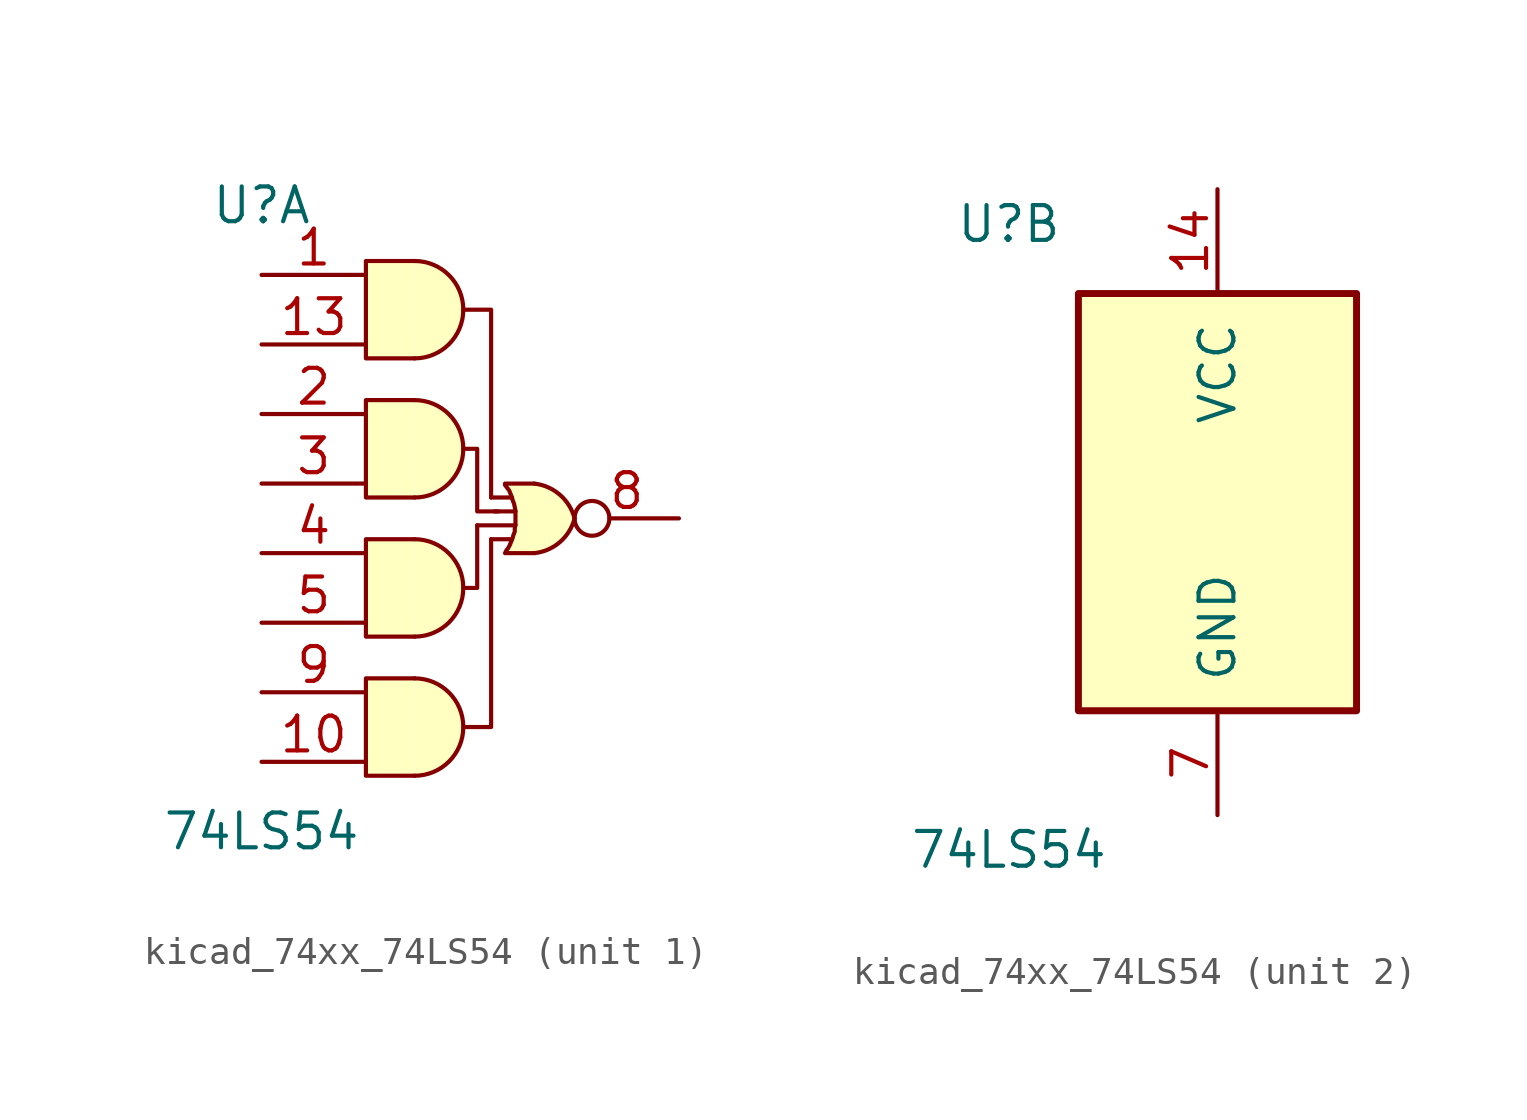
<source format=kicad_sym>
(kicad_symbol_lib
  (version 20220914)
  (generator kicad_symbol_editor)
  (symbol "kicad_74xx_74LS54"
    (pin_names
      (offset 1.016))
    (property "Reference" "U"
      (at -7.62 10.16 0)
      (effects (font (size 1.27 1.27))))
    (property "Value" "74LS54"
      (at -7.62 -12.7 0)
      (effects (font (size 1.27 1.27))))
    (property "ki_locked" ""
      (at 0 0 0)
      (effects (font (size 1.27 1.27))))
    (symbol "kicad_74xx_74LS54_1_0"
      (arc (start -2.032 -10.668) (mid -0.2617 -8.89) (end -2.032 -7.112) (stroke (width 0) (type default)) (fill (type background)))
      (arc (start -2.032 -5.588) (mid -0.2617 -3.81) (end -2.032 -2.032) (stroke (width 0) (type default)) (fill (type background)))
      (arc (start -2.032 -0.508) (mid -0.2617 1.27) (end -2.032 3.048) (stroke (width 0) (type default)) (fill (type background)))
      (arc (start -2.032 4.572) (mid -0.2617 6.35) (end -2.032 8.128) (stroke (width 0) (type default)) (fill (type background)))
      (polyline (pts (xy 0.254 -1.524) (xy 1.651 -1.524)) (stroke (width 0) (type default)) (fill (type none)))
      (polyline (pts (xy 0.762 -2.032) (xy 1.524 -2.032)) (stroke (width 0) (type default)) (fill (type none)))
      (polyline (pts (xy 0.762 -0.508) (xy 1.524 -0.508)) (stroke (width 0) (type default)) (fill (type none)))
      (polyline (pts (xy 1.651 -1.016) (xy 0.889 -1.016)) (stroke (width 0) (type default)) (fill (type none)))
      (polyline (pts (xy -0.254 -3.81) (xy 0.254 -3.81) (xy 0.254 -1.524)) (stroke (width 0) (type default)) (fill (type none)))
      (polyline (pts (xy 0.762 -2.032) (xy 0.762 -8.89) (xy -0.254 -8.89)) (stroke (width 0) (type default)) (fill (type none)))
      (polyline (pts (xy 0.762 -0.508) (xy 0.762 6.35) (xy -0.254 6.35)) (stroke (width 0) (type default)) (fill (type none)))
      (polyline (pts (xy -2.032 -7.112) (xy -3.81 -7.112) (xy -3.81 -10.668) (xy -2.032 -10.668)) (stroke (width 0) (type default)) (fill (type background)))
      (polyline (pts (xy -2.032 -2.032) (xy -3.81 -2.032) (xy -3.81 -5.588) (xy -2.032 -5.588)) (stroke (width 0) (type default)) (fill (type background)))
      (polyline (pts (xy -2.032 3.048) (xy -3.81 3.048) (xy -3.81 -0.508) (xy -2.032 -0.508)) (stroke (width 0) (type default)) (fill (type background)))
      (polyline (pts (xy -2.032 8.128) (xy -3.81 8.128) (xy -3.81 4.572) (xy -2.032 4.572)) (stroke (width 0) (type default)) (fill (type background)))
      (polyline (pts (xy 1.016 -1.016) (xy 0.254 -1.016) (xy 0.254 1.27) (xy -0.254 1.27)) (stroke (width 0) (type default)) (fill (type none)))
      (polyline (pts (xy 2.337 0) (xy 1.27 0) (xy 1.27 0) (xy 1.27 -0.051) (xy 1.346 -0.152) (xy 1.422 -0.254) (xy 1.473 -0.381) (xy 1.524 -0.508) (xy 1.549 -0.61) (xy 1.6 -0.737) (xy 1.626 -0.864) (xy 1.651 -0.991) (xy 1.651 -1.118) (xy 1.651 -1.245) (xy 1.651 -1.372) (xy 1.651 -1.499) (xy 1.626 -1.626) (xy 1.626 -1.753) (xy 1.575 -1.88) (xy 1.549 -1.981) (xy 1.499 -2.108) (xy 1.448 -2.235) (xy 1.397 -2.337) (xy 1.321 -2.438) (xy 1.27 -2.54) (xy 1.27 -2.54) (xy 2.337 -2.54)) (stroke (width 0.152) (type default)) (fill (type background)))
      (arc (start 2.3368 -2.54) (mid 3.2737 -2.1363) (end 3.81 -1.27) (stroke (width 0.1524) (type default)) (fill (type background)))
      (arc (start 3.81 -1.27) (mid 3.2708 -0.4071) (end 2.3368 0) (stroke (width 0.1524) (type default)) (fill (type background)))
      (pin input line (at -7.62 7.62 0) (length 3.81) (name "~" (effects (font (size 1.27 1.27)))) (number "1" (effects (font (size 1.27 1.27)))))
      (pin input line (at -7.62 -10.16 0) (length 3.81) (name "~" (effects (font (size 1.27 1.27)))) (number "10" (effects (font (size 1.27 1.27)))))
      (pin input line (at -7.62 5.08 0) (length 3.81) (name "~" (effects (font (size 1.27 1.27)))) (number "13" (effects (font (size 1.27 1.27)))))
      (pin input line (at -7.62 2.54 0) (length 3.81) (name "~" (effects (font (size 1.27 1.27)))) (number "2" (effects (font (size 1.27 1.27)))))
      (pin input line (at -7.62 0 0) (length 3.81) (name "~" (effects (font (size 1.27 1.27)))) (number "3" (effects (font (size 1.27 1.27)))))
      (pin input line (at -7.62 -2.54 0) (length 3.81) (name "~" (effects (font (size 1.27 1.27)))) (number "4" (effects (font (size 1.27 1.27)))))
      (pin input line (at -7.62 -5.08 0) (length 3.81) (name "~" (effects (font (size 1.27 1.27)))) (number "5" (effects (font (size 1.27 1.27)))))
      (pin output inverted (at 7.62 -1.27 180) (length 3.81) (name "~" (effects (font (size 1.27 1.27)))) (number "8" (effects (font (size 1.27 1.27)))))
      (pin input line (at -7.62 -7.62 0) (length 3.81) (name "~" (effects (font (size 1.27 1.27)))) (number "9" (effects (font (size 1.27 1.27))))))
    (symbol "kicad_74xx_74LS54_2_0"
      (pin power_in line (at 0 11.43 270) (length 3.81) (name "VCC" (effects (font (size 1.27 1.27)))) (number "14" (effects (font (size 1.27 1.27)))))
      (pin power_in line (at 0 -11.43 90) (length 3.81) (name "GND" (effects (font (size 1.27 1.27)))) (number "7" (effects (font (size 1.27 1.27))))))
    (symbol "kicad_74xx_74LS54_2_1"
      (rectangle (start -5.08 7.62) (end 5.08 -7.62) (stroke (width 0.254) (type default)) (fill (type background))))))
</source>
